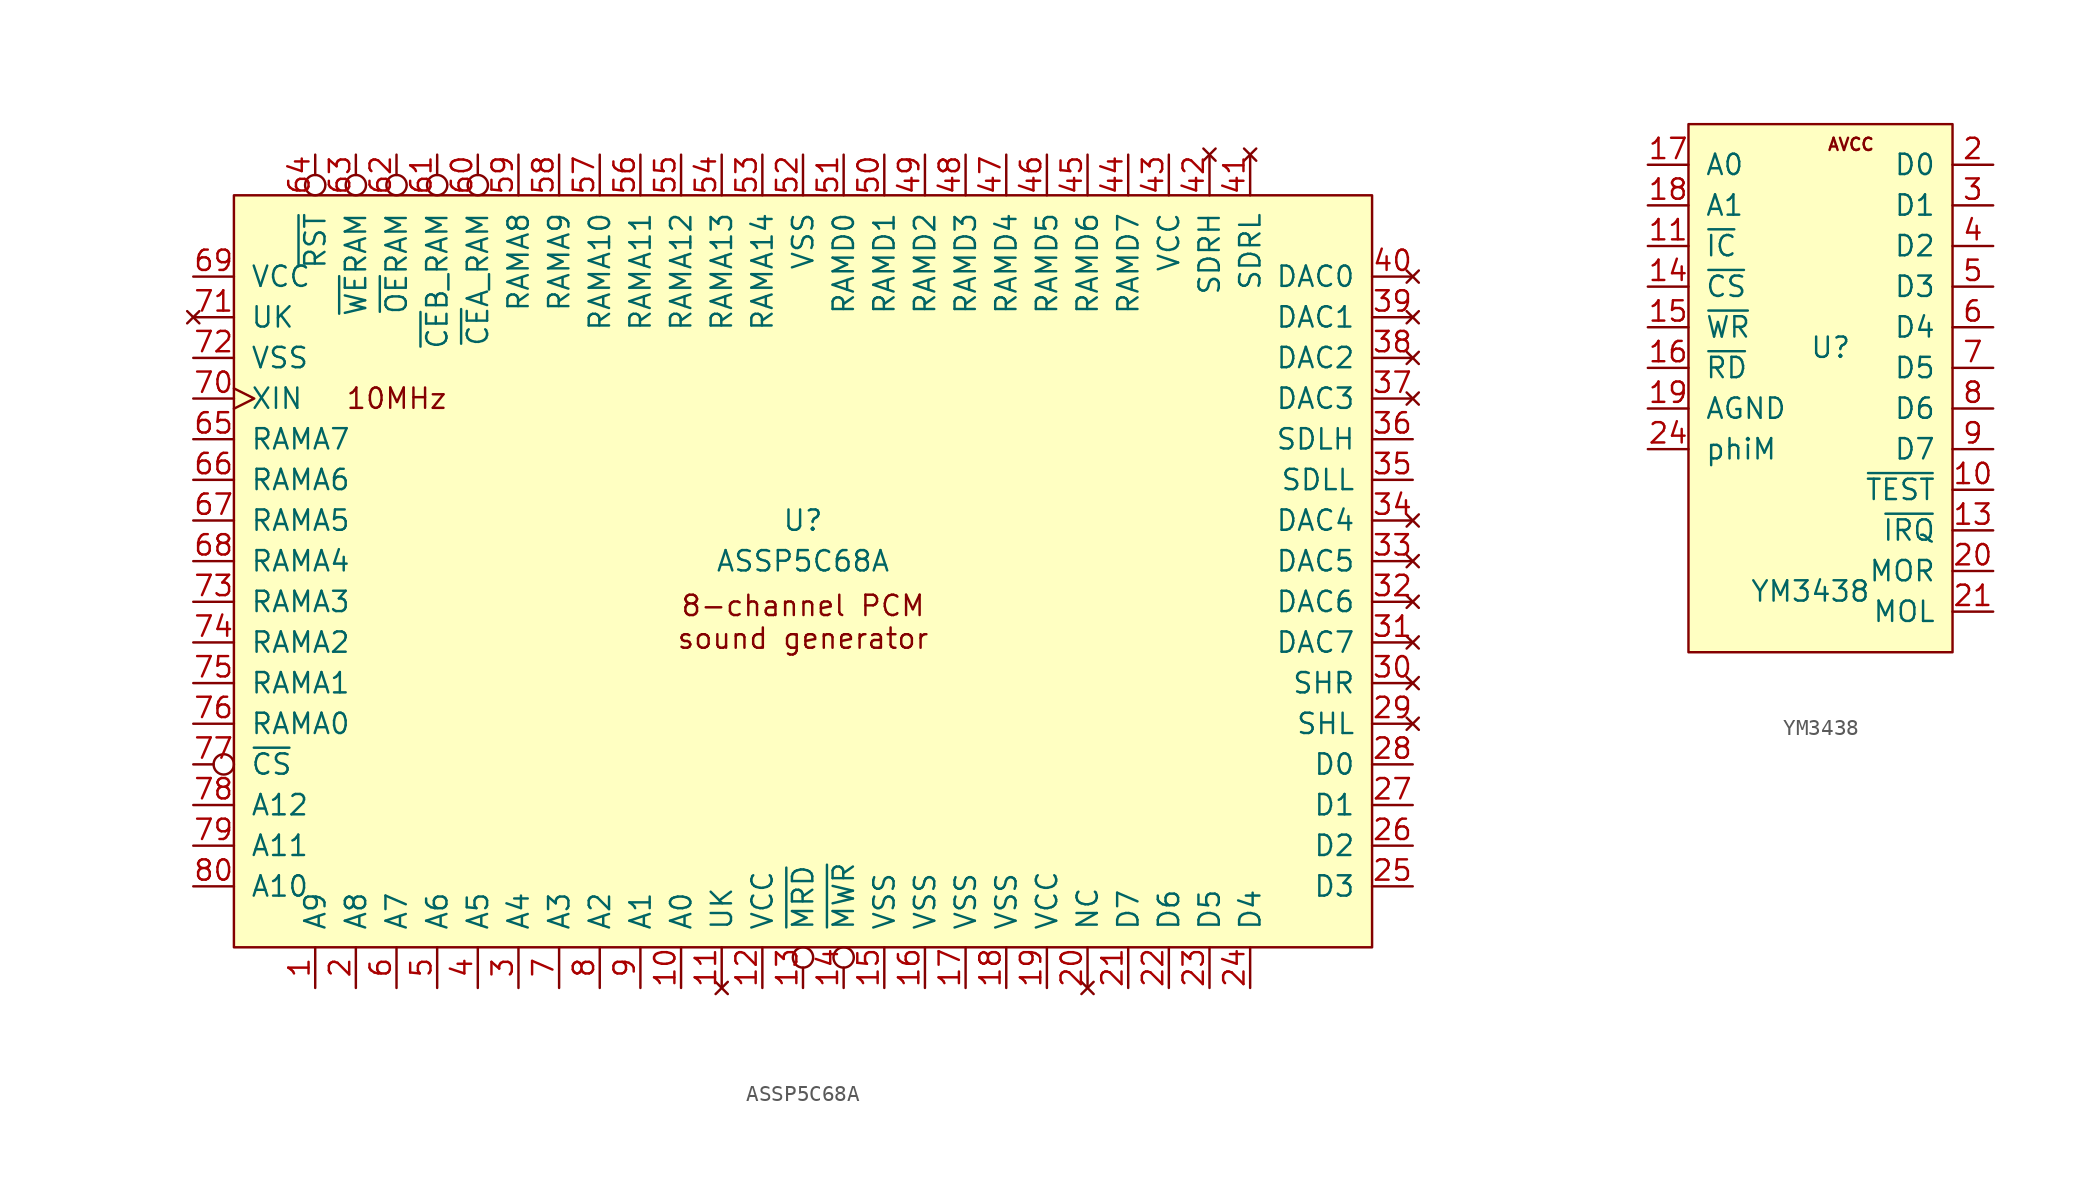
<source format=kicad_sym>
(kicad_symbol_lib
  (version 20220914)
  (generator kicad_symbol_editor)
  (symbol "ASSP5C68A"
    (pin_names
      (offset 1.016))
    (property "Reference" "U"
      (at 1.27 2.54 0)
      (effects (font (size 1.27 1.27))))
    (property "Value" "ASSP5C68A"
      (at 1.27 0 0)
      (effects (font (size 1.27 1.27))))
    (symbol "ASSP5C68A_0_0"
      (text "10MHz" (at -24.13 10.16 0) (effects (font (size 1.27 1.27)))))
    (symbol "ASSP5C68A_0_1"
      (rectangle (start -34.29 22.86) (end 36.83 -24.13) (stroke (width 0) (type default)) (fill (type background))))
    (symbol "ASSP5C68A_1_0"
      (text "8-channel PCM\nsound generator" (at 1.27 -3.81 0) (effects (font (size 1.27 1.27)))))
    (symbol "ASSP5C68A_1_1"
      (pin bidirectional line (at -29.21 -26.67 90) (length 2.54) (name "A9" (effects (font (size 1.27 1.27)))) (number "1" (effects (font (size 1.27 1.27)))))
      (pin bidirectional line (at -6.35 -26.67 90) (length 2.54) (name "A0" (effects (font (size 1.27 1.27)))) (number "10" (effects (font (size 1.27 1.27)))))
      (pin no_connect line (at -3.81 -26.67 90) (length 2.54) (name "UK" (effects (font (size 1.27 1.27)))) (number "11" (effects (font (size 1.27 1.27)))))
      (pin power_in line (at -1.27 -26.67 90) (length 2.54) (name "VCC" (effects (font (size 1.27 1.27)))) (number "12" (effects (font (size 1.27 1.27)))))
      (pin input inverted (at 1.27 -26.67 90) (length 2.54) (name "~{MRD}" (effects (font (size 1.27 1.27)))) (number "13" (effects (font (size 1.27 1.27)))))
      (pin input inverted (at 3.81 -26.67 90) (length 2.54) (name "~{MWR}" (effects (font (size 1.27 1.27)))) (number "14" (effects (font (size 1.27 1.27)))))
      (pin power_in line (at 6.35 -26.67 90) (length 2.54) (name "VSS" (effects (font (size 1.27 1.27)))) (number "15" (effects (font (size 1.27 1.27)))))
      (pin power_in line (at 8.89 -26.67 90) (length 2.54) (name "VSS" (effects (font (size 1.27 1.27)))) (number "16" (effects (font (size 1.27 1.27)))))
      (pin power_in line (at 11.43 -26.67 90) (length 2.54) (name "VSS" (effects (font (size 1.27 1.27)))) (number "17" (effects (font (size 1.27 1.27)))))
      (pin power_in line (at 13.97 -26.67 90) (length 2.54) (name "VSS" (effects (font (size 1.27 1.27)))) (number "18" (effects (font (size 1.27 1.27)))))
      (pin power_in line (at 16.51 -26.67 90) (length 2.54) (name "VCC" (effects (font (size 1.27 1.27)))) (number "19" (effects (font (size 1.27 1.27)))))
      (pin bidirectional line (at -26.67 -26.67 90) (length 2.54) (name "A8" (effects (font (size 1.27 1.27)))) (number "2" (effects (font (size 1.27 1.27)))))
      (pin no_connect line (at 19.05 -26.67 90) (length 2.54) (name "NC" (effects (font (size 1.27 1.27)))) (number "20" (effects (font (size 1.27 1.27)))))
      (pin bidirectional line (at 21.59 -26.67 90) (length 2.54) (name "D7" (effects (font (size 1.27 1.27)))) (number "21" (effects (font (size 1.27 1.27)))))
      (pin bidirectional line (at 24.13 -26.67 90) (length 2.54) (name "D6" (effects (font (size 1.27 1.27)))) (number "22" (effects (font (size 1.27 1.27)))))
      (pin bidirectional line (at 26.67 -26.67 90) (length 2.54) (name "D5" (effects (font (size 1.27 1.27)))) (number "23" (effects (font (size 1.27 1.27)))))
      (pin bidirectional line (at 29.21 -26.67 90) (length 2.54) (name "D4" (effects (font (size 1.27 1.27)))) (number "24" (effects (font (size 1.27 1.27)))))
      (pin bidirectional line (at 39.37 -20.32 180) (length 2.54) (name "D3" (effects (font (size 1.27 1.27)))) (number "25" (effects (font (size 1.27 1.27)))))
      (pin bidirectional line (at 39.37 -17.78 180) (length 2.54) (name "D2" (effects (font (size 1.27 1.27)))) (number "26" (effects (font (size 1.27 1.27)))))
      (pin bidirectional line (at 39.37 -15.24 180) (length 2.54) (name "D1" (effects (font (size 1.27 1.27)))) (number "27" (effects (font (size 1.27 1.27)))))
      (pin bidirectional line (at 39.37 -12.7 180) (length 2.54) (name "D0" (effects (font (size 1.27 1.27)))) (number "28" (effects (font (size 1.27 1.27)))))
      (pin no_connect line (at 39.37 -10.16 180) (length 2.54) (name "SHL" (effects (font (size 1.27 1.27)))) (number "29" (effects (font (size 1.27 1.27)))))
      (pin bidirectional line (at -16.51 -26.67 90) (length 2.54) (name "A4" (effects (font (size 1.27 1.27)))) (number "3" (effects (font (size 1.27 1.27)))))
      (pin no_connect line (at 39.37 -7.62 180) (length 2.54) (name "SHR" (effects (font (size 1.27 1.27)))) (number "30" (effects (font (size 1.27 1.27)))))
      (pin no_connect line (at 39.37 -5.08 180) (length 2.54) (name "DAC7" (effects (font (size 1.27 1.27)))) (number "31" (effects (font (size 1.27 1.27)))))
      (pin no_connect line (at 39.37 -2.54 180) (length 2.54) (name "DAC6" (effects (font (size 1.27 1.27)))) (number "32" (effects (font (size 1.27 1.27)))))
      (pin no_connect line (at 39.37 0 180) (length 2.54) (name "DAC5" (effects (font (size 1.27 1.27)))) (number "33" (effects (font (size 1.27 1.27)))))
      (pin no_connect line (at 39.37 2.54 180) (length 2.54) (name "DAC4" (effects (font (size 1.27 1.27)))) (number "34" (effects (font (size 1.27 1.27)))))
      (pin output line (at 39.37 5.08 180) (length 2.54) (name "SDLL" (effects (font (size 1.27 1.27)))) (number "35" (effects (font (size 1.27 1.27)))))
      (pin output line (at 39.37 7.62 180) (length 2.54) (name "SDLH" (effects (font (size 1.27 1.27)))) (number "36" (effects (font (size 1.27 1.27)))))
      (pin no_connect line (at 39.37 10.16 180) (length 2.54) (name "DAC3" (effects (font (size 1.27 1.27)))) (number "37" (effects (font (size 1.27 1.27)))))
      (pin no_connect line (at 39.37 12.7 180) (length 2.54) (name "DAC2" (effects (font (size 1.27 1.27)))) (number "38" (effects (font (size 1.27 1.27)))))
      (pin no_connect line (at 39.37 15.24 180) (length 2.54) (name "DAC1" (effects (font (size 1.27 1.27)))) (number "39" (effects (font (size 1.27 1.27)))))
      (pin bidirectional line (at -19.05 -26.67 90) (length 2.54) (name "A5" (effects (font (size 1.27 1.27)))) (number "4" (effects (font (size 1.27 1.27)))))
      (pin no_connect line (at 39.37 17.78 180) (length 2.54) (name "DAC0" (effects (font (size 1.27 1.27)))) (number "40" (effects (font (size 1.27 1.27)))))
      (pin no_connect line (at 29.21 25.4 270) (length 2.54) (name "SDRL" (effects (font (size 1.27 1.27)))) (number "41" (effects (font (size 1.27 1.27)))))
      (pin no_connect line (at 26.67 25.4 270) (length 2.54) (name "SDRH" (effects (font (size 1.27 1.27)))) (number "42" (effects (font (size 1.27 1.27)))))
      (pin power_in line (at 24.13 25.4 270) (length 2.54) (name "VCC" (effects (font (size 1.27 1.27)))) (number "43" (effects (font (size 1.27 1.27)))))
      (pin input line (at 21.59 25.4 270) (length 2.54) (name "RAMD7" (effects (font (size 1.27 1.27)))) (number "44" (effects (font (size 1.27 1.27)))))
      (pin input line (at 19.05 25.4 270) (length 2.54) (name "RAMD6" (effects (font (size 1.27 1.27)))) (number "45" (effects (font (size 1.27 1.27)))))
      (pin input line (at 16.51 25.4 270) (length 2.54) (name "RAMD5" (effects (font (size 1.27 1.27)))) (number "46" (effects (font (size 1.27 1.27)))))
      (pin input line (at 13.97 25.4 270) (length 2.54) (name "RAMD4" (effects (font (size 1.27 1.27)))) (number "47" (effects (font (size 1.27 1.27)))))
      (pin input line (at 11.43 25.4 270) (length 2.54) (name "RAMD3" (effects (font (size 1.27 1.27)))) (number "48" (effects (font (size 1.27 1.27)))))
      (pin input line (at 8.89 25.4 270) (length 2.54) (name "RAMD2" (effects (font (size 1.27 1.27)))) (number "49" (effects (font (size 1.27 1.27)))))
      (pin bidirectional line (at -21.59 -26.67 90) (length 2.54) (name "A6" (effects (font (size 1.27 1.27)))) (number "5" (effects (font (size 1.27 1.27)))))
      (pin input line (at 6.35 25.4 270) (length 2.54) (name "RAMD1" (effects (font (size 1.27 1.27)))) (number "50" (effects (font (size 1.27 1.27)))))
      (pin input line (at 3.81 25.4 270) (length 2.54) (name "RAMD0" (effects (font (size 1.27 1.27)))) (number "51" (effects (font (size 1.27 1.27)))))
      (pin power_in line (at 1.27 25.4 270) (length 2.54) (name "VSS" (effects (font (size 1.27 1.27)))) (number "52" (effects (font (size 1.27 1.27)))))
      (pin output line (at -1.27 25.4 270) (length 2.54) (name "RAMA14" (effects (font (size 1.27 1.27)))) (number "53" (effects (font (size 1.27 1.27)))))
      (pin output line (at -3.81 25.4 270) (length 2.54) (name "RAMA13" (effects (font (size 1.27 1.27)))) (number "54" (effects (font (size 1.27 1.27)))))
      (pin output line (at -6.35 25.4 270) (length 2.54) (name "RAMA12" (effects (font (size 1.27 1.27)))) (number "55" (effects (font (size 1.27 1.27)))))
      (pin output line (at -8.89 25.4 270) (length 2.54) (name "RAMA11" (effects (font (size 1.27 1.27)))) (number "56" (effects (font (size 1.27 1.27)))))
      (pin output line (at -11.43 25.4 270) (length 2.54) (name "RAMA10" (effects (font (size 1.27 1.27)))) (number "57" (effects (font (size 1.27 1.27)))))
      (pin output line (at -13.97 25.4 270) (length 2.54) (name "RAMA9" (effects (font (size 1.27 1.27)))) (number "58" (effects (font (size 1.27 1.27)))))
      (pin output line (at -16.51 25.4 270) (length 2.54) (name "RAMA8" (effects (font (size 1.27 1.27)))) (number "59" (effects (font (size 1.27 1.27)))))
      (pin bidirectional line (at -24.13 -26.67 90) (length 2.54) (name "A7" (effects (font (size 1.27 1.27)))) (number "6" (effects (font (size 1.27 1.27)))))
      (pin output inverted (at -19.05 25.4 270) (length 2.54) (name "~{CE}A_RAM" (effects (font (size 1.27 1.27)))) (number "60" (effects (font (size 1.27 1.27)))))
      (pin output inverted (at -21.59 25.4 270) (length 2.54) (name "~{CE}B_RAM" (effects (font (size 1.27 1.27)))) (number "61" (effects (font (size 1.27 1.27)))))
      (pin output inverted (at -24.13 25.4 270) (length 2.54) (name "~{OE}RAM" (effects (font (size 1.27 1.27)))) (number "62" (effects (font (size 1.27 1.27)))))
      (pin output inverted (at -26.67 25.4 270) (length 2.54) (name "~{WE}RAM" (effects (font (size 1.27 1.27)))) (number "63" (effects (font (size 1.27 1.27)))))
      (pin output inverted (at -29.21 25.4 270) (length 2.54) (name "~{RST}" (effects (font (size 1.27 1.27)))) (number "64" (effects (font (size 1.27 1.27)))))
      (pin output line (at -36.83 7.62 0) (length 2.54) (name "RAMA7" (effects (font (size 1.27 1.27)))) (number "65" (effects (font (size 1.27 1.27)))))
      (pin output line (at -36.83 5.08 0) (length 2.54) (name "RAMA6" (effects (font (size 1.27 1.27)))) (number "66" (effects (font (size 1.27 1.27)))))
      (pin output line (at -36.83 2.54 0) (length 2.54) (name "RAMA5" (effects (font (size 1.27 1.27)))) (number "67" (effects (font (size 1.27 1.27)))))
      (pin output line (at -36.83 0 0) (length 2.54) (name "RAMA4" (effects (font (size 1.27 1.27)))) (number "68" (effects (font (size 1.27 1.27)))))
      (pin power_in line (at -36.83 17.78 0) (length 2.54) (name "VCC" (effects (font (size 1.27 1.27)))) (number "69" (effects (font (size 1.27 1.27)))))
      (pin bidirectional line (at -13.97 -26.67 90) (length 2.54) (name "A3" (effects (font (size 1.27 1.27)))) (number "7" (effects (font (size 1.27 1.27)))))
      (pin input clock (at -36.83 10.16 0) (length 2.54) (name "XIN" (effects (font (size 1.27 1.27)))) (number "70" (effects (font (size 1.27 1.27)))))
      (pin no_connect line (at -36.83 15.24 0) (length 2.54) (name "UK" (effects (font (size 1.27 1.27)))) (number "71" (effects (font (size 1.27 1.27)))))
      (pin power_in line (at -36.83 12.7 0) (length 2.54) (name "VSS" (effects (font (size 1.27 1.27)))) (number "72" (effects (font (size 1.27 1.27)))))
      (pin output line (at -36.83 -2.54 0) (length 2.54) (name "RAMA3" (effects (font (size 1.27 1.27)))) (number "73" (effects (font (size 1.27 1.27)))))
      (pin output line (at -36.83 -5.08 0) (length 2.54) (name "RAMA2" (effects (font (size 1.27 1.27)))) (number "74" (effects (font (size 1.27 1.27)))))
      (pin output line (at -36.83 -7.62 0) (length 2.54) (name "RAMA1" (effects (font (size 1.27 1.27)))) (number "75" (effects (font (size 1.27 1.27)))))
      (pin output line (at -36.83 -10.16 0) (length 2.54) (name "RAMA0" (effects (font (size 1.27 1.27)))) (number "76" (effects (font (size 1.27 1.27)))))
      (pin output inverted (at -36.83 -12.7 0) (length 2.54) (name "~{CS}" (effects (font (size 1.27 1.27)))) (number "77" (effects (font (size 1.27 1.27)))))
      (pin bidirectional line (at -36.83 -15.24 0) (length 2.54) (name "A12" (effects (font (size 1.27 1.27)))) (number "78" (effects (font (size 1.27 1.27)))))
      (pin bidirectional line (at -36.83 -17.78 0) (length 2.54) (name "A11" (effects (font (size 1.27 1.27)))) (number "79" (effects (font (size 1.27 1.27)))))
      (pin bidirectional line (at -11.43 -26.67 90) (length 2.54) (name "A2" (effects (font (size 1.27 1.27)))) (number "8" (effects (font (size 1.27 1.27)))))
      (pin bidirectional line (at -36.83 -20.32 0) (length 2.54) (name "A10" (effects (font (size 1.27 1.27)))) (number "80" (effects (font (size 1.27 1.27)))))
      (pin bidirectional line (at -8.89 -26.67 90) (length 2.54) (name "A1" (effects (font (size 1.27 1.27)))) (number "9" (effects (font (size 1.27 1.27)))))))
  (symbol "YM3438"
    (pin_names
      (offset 1.016))
    (property "Reference" "U"
      (at 1.27 15.24 0)
      (effects (font (size 1.27 1.27))))
    (property "Value" "YM3438"
      (at 0 0 0)
      (effects (font (size 1.27 1.27))))
    (symbol "YM3438_0_0"
      (text "AVCC" (at 2.54 27.94 0) (effects (font (size 0.762 0.762)))))
    (symbol "YM3438_0_1"
      (rectangle (start -7.62 29.21) (end 8.89 -3.81) (stroke (width 0) (type default)) (fill (type background))))
    (symbol "YM3438_1_1"
      (pin power_in line (at -1.27 -3.81 90) (length 2.54) hide (name "VSS" (effects (font (size 1.27 1.27)))) (number "1" (effects (font (size 1.27 1.27)))))
      (pin tri_state line (at 11.43 6.35 180) (length 2.54) (name "~{TEST}" (effects (font (size 1.27 1.27)))) (number "10" (effects (font (size 1.27 1.27)))))
      (pin input line (at -10.16 21.59 0) (length 2.54) (name "~{IC}" (effects (font (size 1.27 1.27)))) (number "11" (effects (font (size 1.27 1.27)))))
      (pin power_in line (at 2.54 -3.81 90) (length 2.54) hide (name "VSS" (effects (font (size 1.27 1.27)))) (number "12" (effects (font (size 1.27 1.27)))))
      (pin output line (at 11.43 3.81 180) (length 2.54) (name "~{IRQ}" (effects (font (size 1.27 1.27)))) (number "13" (effects (font (size 1.27 1.27)))))
      (pin input line (at -10.16 19.05 0) (length 2.54) (name "~{CS}" (effects (font (size 1.27 1.27)))) (number "14" (effects (font (size 1.27 1.27)))))
      (pin input line (at -10.16 16.51 0) (length 2.54) (name "~{WR}" (effects (font (size 1.27 1.27)))) (number "15" (effects (font (size 1.27 1.27)))))
      (pin input line (at -10.16 13.97 0) (length 2.54) (name "~{RD}" (effects (font (size 1.27 1.27)))) (number "16" (effects (font (size 1.27 1.27)))))
      (pin input line (at -10.16 26.67 0) (length 2.54) (name "A0" (effects (font (size 1.27 1.27)))) (number "17" (effects (font (size 1.27 1.27)))))
      (pin input line (at -10.16 24.13 0) (length 2.54) (name "A1" (effects (font (size 1.27 1.27)))) (number "18" (effects (font (size 1.27 1.27)))))
      (pin input line (at -10.16 11.43 0) (length 2.54) (name "AGND" (effects (font (size 1.27 1.27)))) (number "19" (effects (font (size 1.27 1.27)))))
      (pin tri_state line (at 11.43 26.67 180) (length 2.54) (name "D0" (effects (font (size 1.27 1.27)))) (number "2" (effects (font (size 1.27 1.27)))))
      (pin output line (at 11.43 1.27 180) (length 2.54) (name "MOR" (effects (font (size 1.27 1.27)))) (number "20" (effects (font (size 1.27 1.27)))))
      (pin output line (at 11.43 -1.27 180) (length 2.54) (name "MOL" (effects (font (size 1.27 1.27)))) (number "21" (effects (font (size 1.27 1.27)))))
      (pin power_in line (at 2.54 29.21 270) (length 2.54) hide (name "VCC" (effects (font (size 1.27 1.27)))) (number "22" (effects (font (size 1.27 1.27)))))
      (pin power_in line (at -1.27 29.21 270) (length 2.54) hide (name "VCC" (effects (font (size 1.27 1.27)))) (number "23" (effects (font (size 1.27 1.27)))))
      (pin input line (at -10.16 8.89 0) (length 2.54) (name "phiM" (effects (font (size 1.27 1.27)))) (number "24" (effects (font (size 1.27 1.27)))))
      (pin tri_state line (at 11.43 24.13 180) (length 2.54) (name "D1" (effects (font (size 1.27 1.27)))) (number "3" (effects (font (size 1.27 1.27)))))
      (pin tri_state line (at 11.43 21.59 180) (length 2.54) (name "D2" (effects (font (size 1.27 1.27)))) (number "4" (effects (font (size 1.27 1.27)))))
      (pin tri_state line (at 11.43 19.05 180) (length 2.54) (name "D3" (effects (font (size 1.27 1.27)))) (number "5" (effects (font (size 1.27 1.27)))))
      (pin tri_state line (at 11.43 16.51 180) (length 2.54) (name "D4" (effects (font (size 1.27 1.27)))) (number "6" (effects (font (size 1.27 1.27)))))
      (pin tri_state line (at 11.43 13.97 180) (length 2.54) (name "D5" (effects (font (size 1.27 1.27)))) (number "7" (effects (font (size 1.27 1.27)))))
      (pin tri_state line (at 11.43 11.43 180) (length 2.54) (name "D6" (effects (font (size 1.27 1.27)))) (number "8" (effects (font (size 1.27 1.27)))))
      (pin tri_state line (at 11.43 8.89 180) (length 2.54) (name "D7" (effects (font (size 1.27 1.27)))) (number "9" (effects (font (size 1.27 1.27))))))))
</source>
